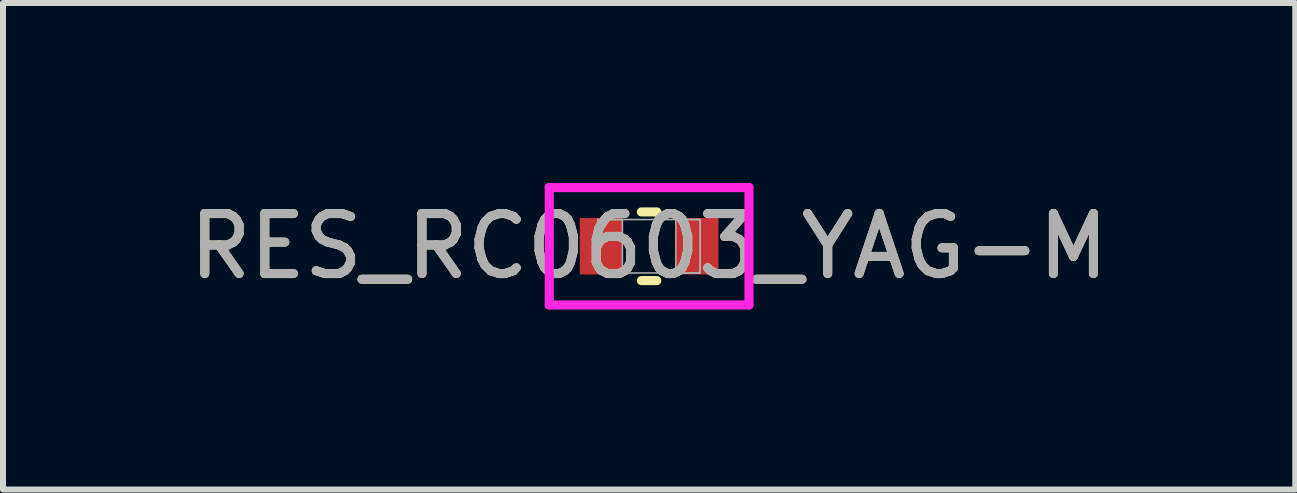
<source format=kicad_pcb>
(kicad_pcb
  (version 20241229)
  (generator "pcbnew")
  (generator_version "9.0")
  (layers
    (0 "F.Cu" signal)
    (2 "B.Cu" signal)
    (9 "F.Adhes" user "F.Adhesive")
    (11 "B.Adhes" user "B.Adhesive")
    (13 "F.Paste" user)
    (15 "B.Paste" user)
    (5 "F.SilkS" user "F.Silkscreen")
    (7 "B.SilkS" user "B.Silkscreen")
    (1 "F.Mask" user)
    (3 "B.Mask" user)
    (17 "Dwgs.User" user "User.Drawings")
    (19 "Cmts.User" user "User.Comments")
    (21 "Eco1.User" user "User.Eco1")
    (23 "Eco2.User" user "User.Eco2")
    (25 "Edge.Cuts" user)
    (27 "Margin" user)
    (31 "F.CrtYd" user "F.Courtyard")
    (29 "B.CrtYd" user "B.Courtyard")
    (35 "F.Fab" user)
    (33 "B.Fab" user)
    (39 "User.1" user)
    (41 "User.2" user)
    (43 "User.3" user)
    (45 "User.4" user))
  (footprint "RES_RC0603_YAG-M"
    (layer "F.Cu")
    (at 7.768 1.054)
    (property "Reference" "RES_RC0603_YAG-M" (at 0 0 0) (unlocked yes) (layer "F.SilkS") (effects (font (size 1 1) (thickness 0.15))))
    (attr smd)
    (fp_line (start -0.128 0.572) (end 0.128 0.572) (stroke (width 0.152) (type solid)) (layer "F.SilkS"))
    (fp_line (start 0.128 -0.572) (end -0.128 -0.572) (stroke (width 0.152) (type solid)) (layer "F.SilkS"))
    (fp_line (start -1.664 -0.978) (end 1.664 -0.978) (stroke (width 0.152) (type solid)) (layer "F.CrtYd"))
    (fp_line (start -1.664 0.978) (end -1.664 -0.978) (stroke (width 0.152) (type solid)) (layer "F.CrtYd"))
    (fp_line (start 1.664 -0.978) (end 1.664 0.978) (stroke (width 0.152) (type solid)) (layer "F.CrtYd"))
    (fp_line (start 1.664 0.978) (end -1.664 0.978) (stroke (width 0.152) (type solid)) (layer "F.CrtYd"))
    (fp_line (start -0.851 -0.445) (end -0.851 0.445) (stroke (width 0.025) (type solid)) (layer "F.Fab"))
    (fp_line (start -0.851 -0.445) (end -0.851 0.445) (stroke (width 0.025) (type solid)) (layer "F.Fab"))
    (fp_line (start -0.851 0.445) (end -0.445 0.445) (stroke (width 0.025) (type solid)) (layer "F.Fab"))
    (fp_line (start -0.851 0.445) (end 0.851 0.445) (stroke (width 0.025) (type solid)) (layer "F.Fab"))
    (fp_line (start -0.445 -0.445) (end -0.851 -0.445) (stroke (width 0.025) (type solid)) (layer "F.Fab"))
    (fp_line (start -0.445 0.445) (end -0.445 -0.445) (stroke (width 0.025) (type solid)) (layer "F.Fab"))
    (fp_line (start 0.445 -0.445) (end 0.445 0.445) (stroke (width 0.025) (type solid)) (layer "F.Fab"))
    (fp_line (start 0.445 0.445) (end 0.851 0.445) (stroke (width 0.025) (type solid)) (layer "F.Fab"))
    (fp_line (start 0.851 -0.445) (end -0.851 -0.445) (stroke (width 0.025) (type solid)) (layer "F.Fab"))
    (fp_line (start 0.851 -0.445) (end 0.445 -0.445) (stroke (width 0.025) (type solid)) (layer "F.Fab"))
    (fp_line (start 0.851 0.445) (end 0.851 -0.445) (stroke (width 0.025) (type solid)) (layer "F.Fab"))
    (fp_line (start 0.851 0.445) (end 0.851 -0.445) (stroke (width 0.025) (type solid)) (layer "F.Fab"))
    (fp_text user "${REFERENCE}" (at 0 0 0) (unlocked yes) (layer "F.Fab") (effects (font (size 1 1) (thickness 0.15))))
    (pad "1" smd rect (at -0.8 0) (size 0.711 0.94) (layers "F.Cu" "F.Mask" "F.Paste"))
    (pad "2" smd rect (at 0.8 0) (size 0.711 0.94) (layers "F.Cu" "F.Mask" "F.Paste"))
    (zone (net_name "") (layer "F.Cu") (hatch full 0.508) (connect_pads) (min_thickness 0.254) (filled_areas_thickness no) (keepout (tracks not_allowed) (vias not_allowed) (pads allowed) (copperpour not_allowed) (footprints allowed)) (placement (enabled no)) (fill) (polygon (pts (xy 7.374 0.66) (xy 8.162 0.66) (xy 8.162 1.448) (xy 7.374 1.448)))))
  (gr_rect
    (start -3 -3)
    (end 18.536 5.108)
    (stroke (width 0.1) (type default))
    (fill no)
    (layer "Edge.Cuts")))
</source>
